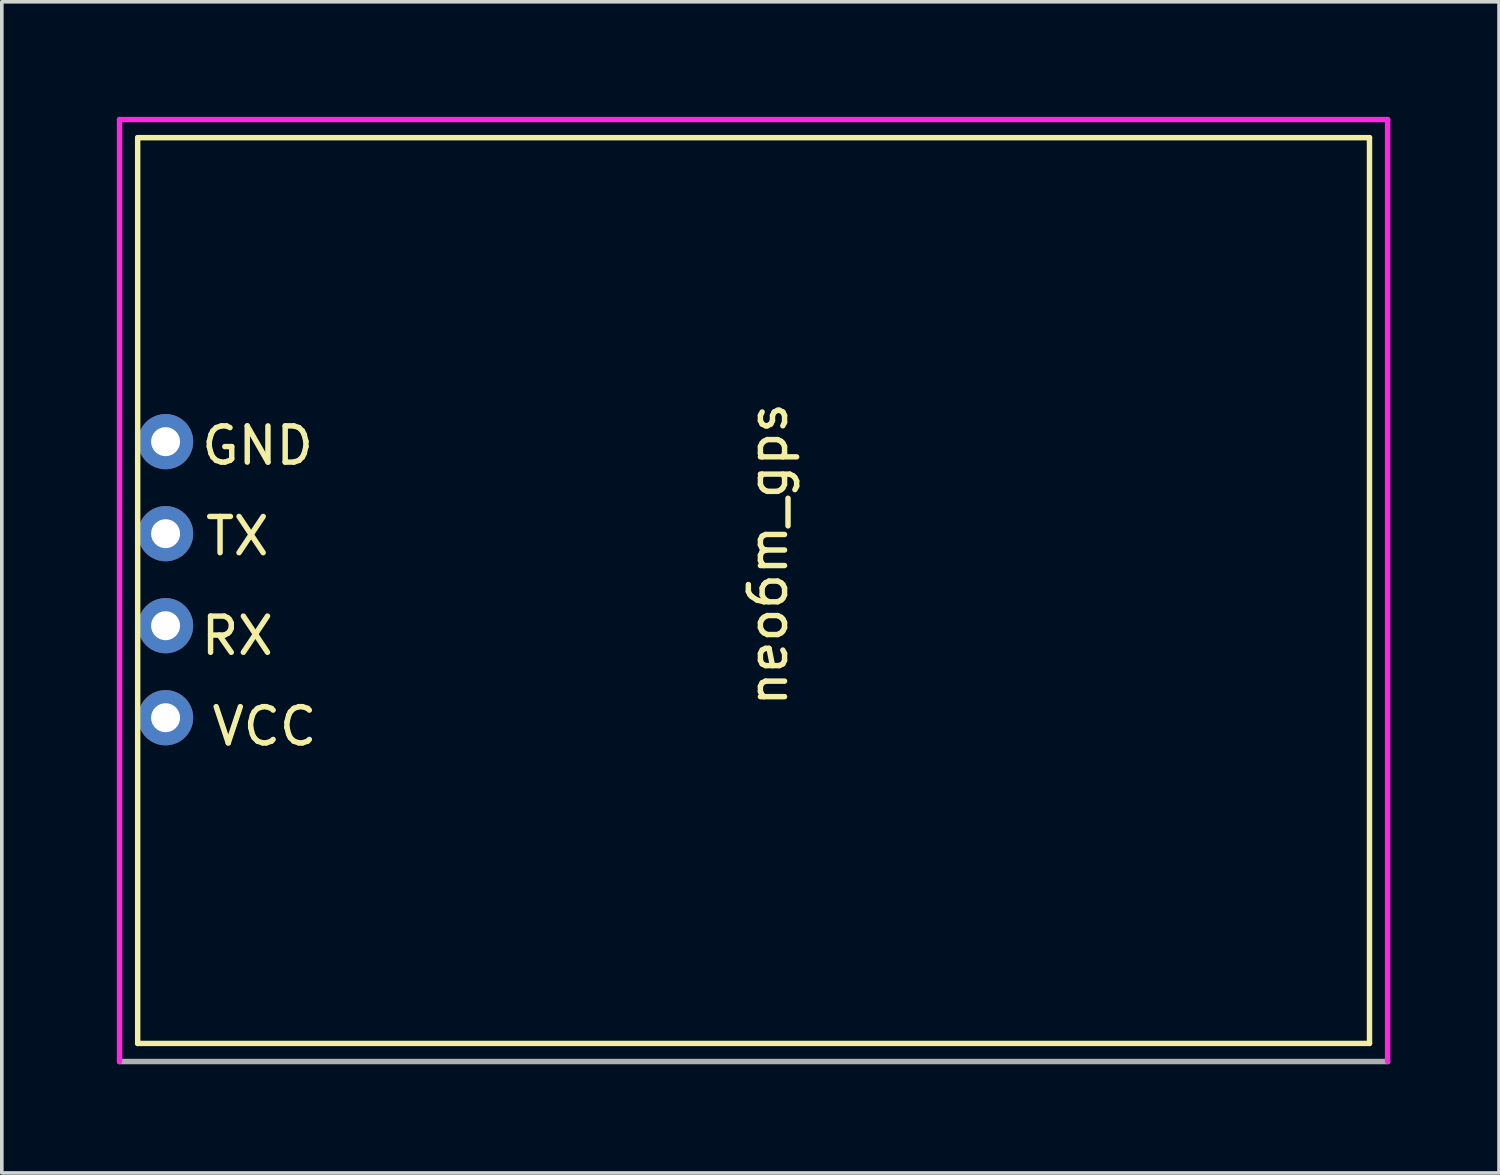
<source format=kicad_pcb>
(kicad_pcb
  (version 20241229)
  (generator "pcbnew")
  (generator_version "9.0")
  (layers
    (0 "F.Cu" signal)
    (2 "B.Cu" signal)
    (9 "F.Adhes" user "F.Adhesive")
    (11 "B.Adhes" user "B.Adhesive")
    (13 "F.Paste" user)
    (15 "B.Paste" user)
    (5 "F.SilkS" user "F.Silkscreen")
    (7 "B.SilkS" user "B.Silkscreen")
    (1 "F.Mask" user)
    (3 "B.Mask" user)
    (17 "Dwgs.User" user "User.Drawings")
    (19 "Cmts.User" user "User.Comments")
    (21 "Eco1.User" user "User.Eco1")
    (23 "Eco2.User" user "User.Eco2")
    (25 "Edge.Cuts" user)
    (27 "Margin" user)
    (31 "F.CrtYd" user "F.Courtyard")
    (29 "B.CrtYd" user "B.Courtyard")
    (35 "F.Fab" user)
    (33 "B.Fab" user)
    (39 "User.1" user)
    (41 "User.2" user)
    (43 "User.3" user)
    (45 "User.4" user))
  (footprint "neo6m_gps"
    (layer "F.Cu")
    (at 0.25 0.25)
    (property "Reference" "neo6m_gps" (at 17.9 12 270) (layer "F.SilkS") (effects (font (size 1 1) (thickness 0.15))))
    (attr through_hole)
    (fp_line (start 0.5 0.5) (end 0.5 25.5) (stroke (width 0.15) (type solid)) (layer "F.SilkS"))
    (fp_line (start 0.5 25.5) (end 34.5 25.5) (stroke (width 0.15) (type solid)) (layer "F.SilkS"))
    (fp_line (start 34.5 0.5) (end 0.5 0.5) (stroke (width 0.15) (type solid)) (layer "F.SilkS"))
    (fp_line (start 34.5 25.5) (end 34.5 0.5) (stroke (width 0.15) (type solid)) (layer "F.SilkS"))
    (fp_line (start 0 0) (end 35 0) (stroke (width 0.15) (type solid)) (layer "F.CrtYd"))
    (fp_line (start 0 26) (end 0 0) (stroke (width 0.15) (type solid)) (layer "F.CrtYd"))
    (fp_line (start 35 0) (end 35 26) (stroke (width 0.15) (type solid)) (layer "F.CrtYd"))
    (fp_line (start 35 26) (end 0 26) (stroke (width 0.15) (type solid)) (layer "F.Fab"))
    (fp_text user "GND" (at 3.81 9 180) (layer "F.SilkS") (effects (font (size 1 1) (thickness 0.15))))
    (fp_text user "VCC" (at 4 16.75 180) (layer "F.SilkS") (effects (font (size 1 1) (thickness 0.15))))
    (fp_text user "RX" (at 3.25 14.25 180) (layer "F.SilkS") (effects (font (size 1 1) (thickness 0.15))))
    (fp_text user "TX" (at 3.25 11.5 180) (layer "F.SilkS") (effects (font (size 1 1) (thickness 0.15))))
    (pad "1" thru_hole circle (at 1.27 8.89) (size 1.524 1.524) (drill 0.8) (layers "*.Cu" "*.Mask"))
    (pad "2" thru_hole circle (at 1.27 11.43) (size 1.524 1.524) (drill 0.8) (layers "*.Cu" "*.Mask"))
    (pad "3" thru_hole circle (at 1.27 13.97) (size 1.524 1.524) (drill 0.8) (layers "*.Cu" "*.Mask"))
    (pad "4" thru_hole circle (at 1.27 16.51) (size 1.524 1.524) (drill 0.8) (layers "*.Cu" "*.Mask")))
  (gr_rect
    (start -3 -3)
    (end 38.325 29.325)
    (stroke (width 0.1) (type default))
    (fill no)
    (layer "Edge.Cuts")))
</source>
